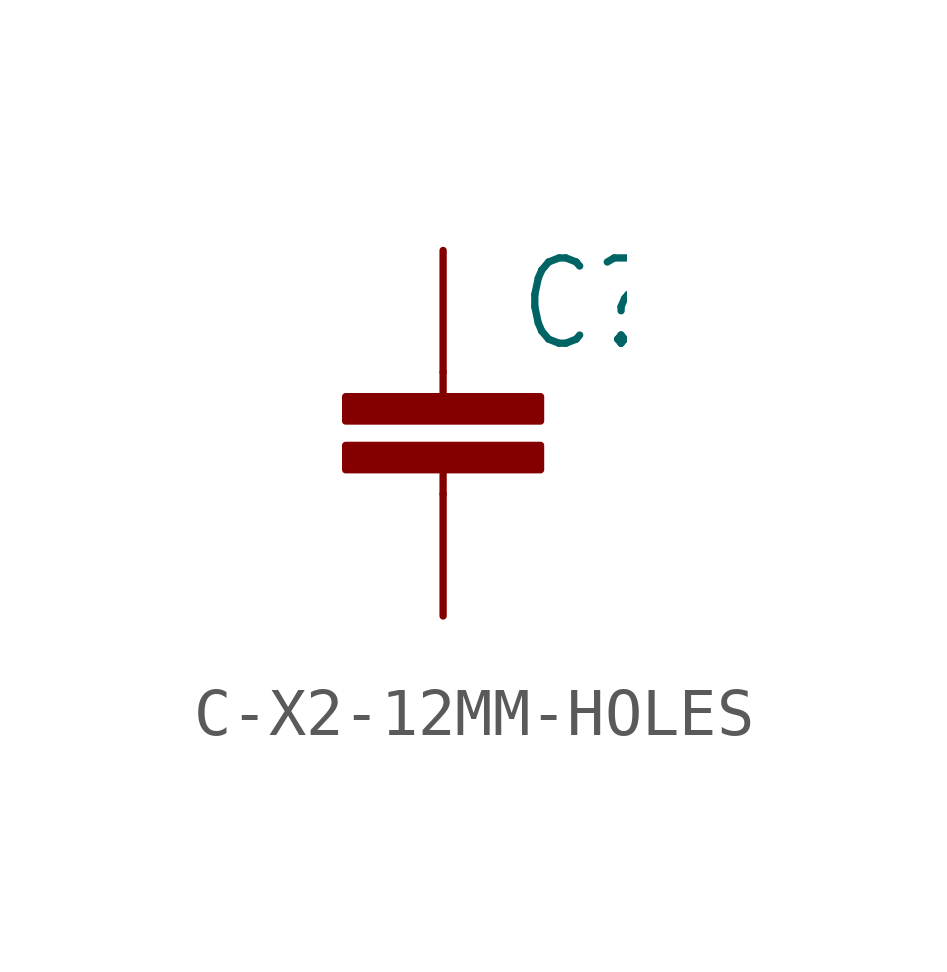
<source format=kicad_sym>
(kicad_symbol_lib
  (version 20241209)
  (generator "kicad_symbol_editor")
  (generator_version "9.0")
  (symbol "C-X2-12MM-HOLES"
    (property "Reference" "C"
      (at 1.524 0.381 0)
      (effects (font (size 1.778 1.511)) (justify left bottom)))
    (property "Value" ""
      (at 1.524 -4.699 0)
      (effects (font (size 1.778 1.511)) (justify left bottom)))
    (property "ki_locked" ""
      (at 0 0 0)
      (effects (font (size 1.27 1.27))))
    (symbol "C-X2-12MM-HOLES_1_0"
      (rectangle (start -2.032 -1.016) (end 2.032 -0.508) (stroke (width 0) (type default)) (fill (type outline)))
      (rectangle (start -2.032 -2.032) (end 2.032 -1.524) (stroke (width 0) (type default)) (fill (type outline)))
      (polyline (pts (xy 0 0) (xy 0 -0.508)) (stroke (width 0.152) (type solid)) (fill (type none)))
      (polyline (pts (xy 0 -2.54) (xy 0 -2.032)) (stroke (width 0.152) (type solid)) (fill (type none)))
      (pin passive line (at 0 2.54 270) (length 2.54) (name "1" (effects (font (size 0 0)))) (number "1" (effects (font (size 0 0)))))
      (pin passive line (at 0 -5.08 90) (length 2.54) (name "2" (effects (font (size 0 0)))) (number "2" (effects (font (size 0 0))))))))
</source>
